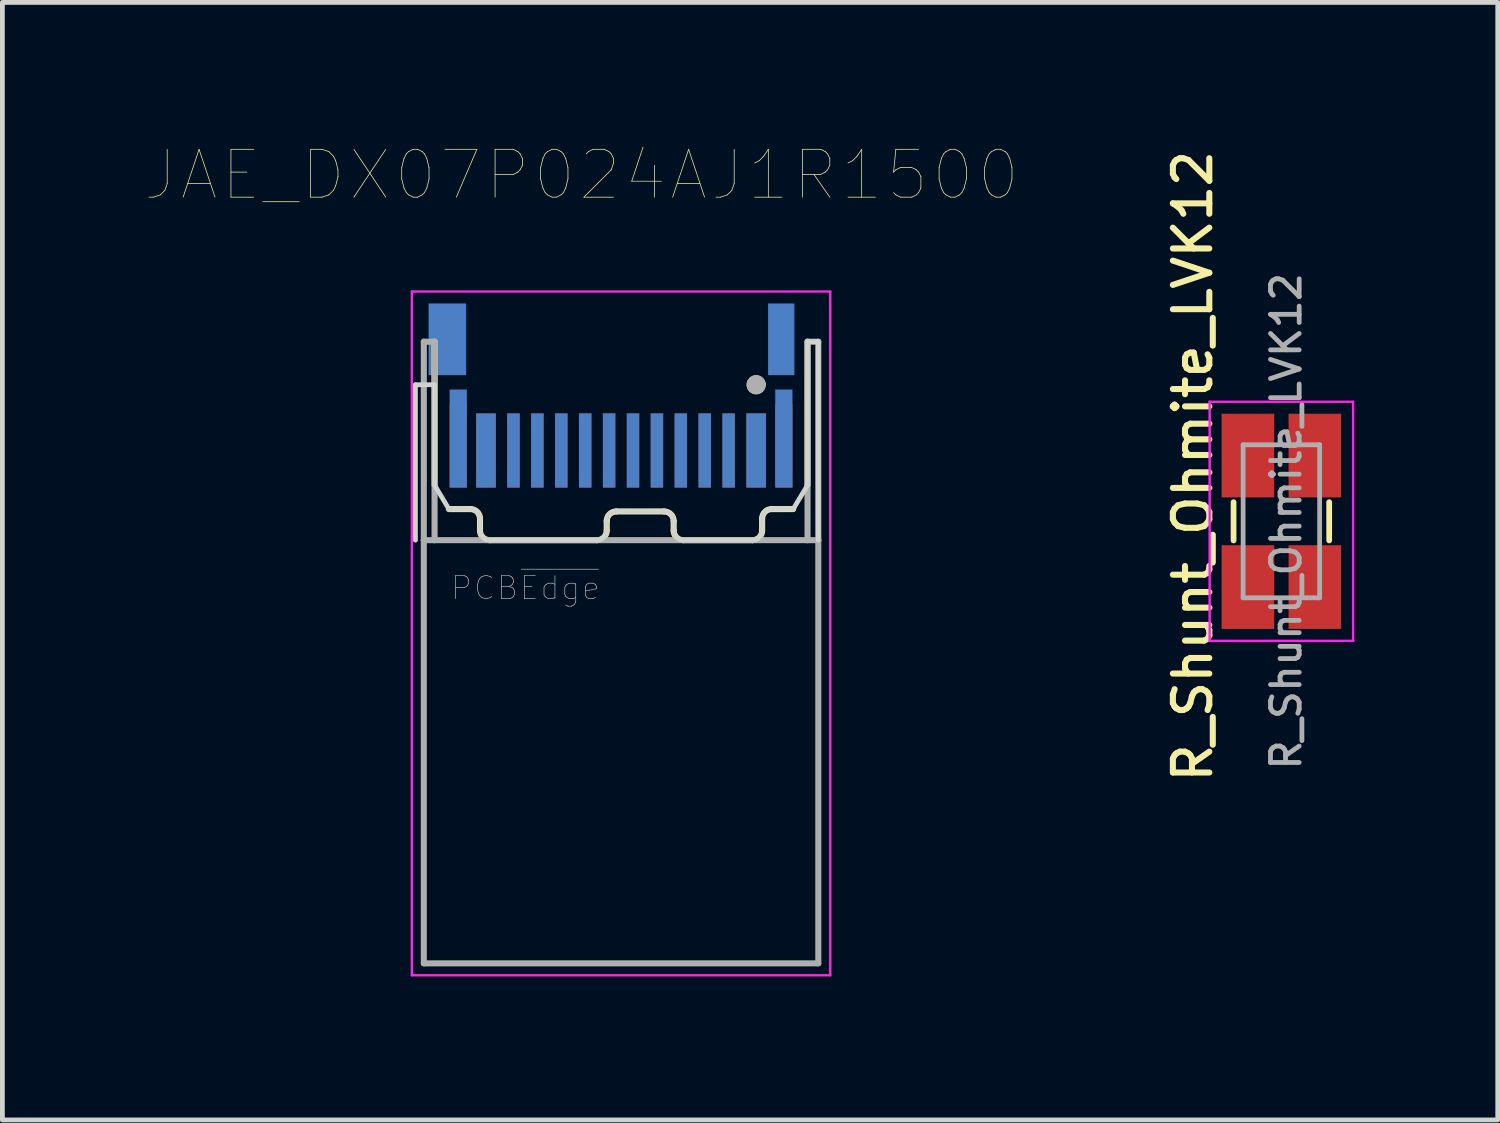
<source format=kicad_pcb>
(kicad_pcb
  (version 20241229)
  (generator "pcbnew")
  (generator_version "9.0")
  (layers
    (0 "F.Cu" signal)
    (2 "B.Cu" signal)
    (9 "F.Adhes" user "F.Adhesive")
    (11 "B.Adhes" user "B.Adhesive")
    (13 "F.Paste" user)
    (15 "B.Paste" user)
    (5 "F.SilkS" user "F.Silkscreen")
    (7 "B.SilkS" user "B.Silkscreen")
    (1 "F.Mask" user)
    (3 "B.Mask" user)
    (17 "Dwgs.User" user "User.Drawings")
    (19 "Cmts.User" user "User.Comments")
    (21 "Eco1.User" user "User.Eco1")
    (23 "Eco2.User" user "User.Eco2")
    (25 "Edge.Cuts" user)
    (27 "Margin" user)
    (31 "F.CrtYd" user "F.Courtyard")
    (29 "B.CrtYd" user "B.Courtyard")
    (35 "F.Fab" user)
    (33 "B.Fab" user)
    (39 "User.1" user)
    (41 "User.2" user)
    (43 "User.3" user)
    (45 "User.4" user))
  (footprint "R_Shunt_Ohmite_LVK12"
    (layer "F.Cu")
    (at 23.747 7.852)
    (property "Reference" "R_Shunt_Ohmite_LVK12" (at -1.853 -1.152 90) (layer "F.SilkS") (effects (font (size 0.762 0.762) (thickness 0.127))))
    (attr smd)
    (fp_line (start -1 0.4) (end -1 -0.4) (stroke (width 0.12) (type solid)) (layer "F.SilkS"))
    (fp_line (start 1 -0.4) (end 1 0.4) (stroke (width 0.12) (type solid)) (layer "F.SilkS"))
    (fp_line (start -1.5 -2.5) (end 1.5 -2.5) (stroke (width 0.05) (type solid)) (layer "F.CrtYd"))
    (fp_line (start -1.5 2.5) (end -1.5 -2.5) (stroke (width 0.05) (type solid)) (layer "F.CrtYd"))
    (fp_line (start 1.5 -2.5) (end 1.5 2.5) (stroke (width 0.05) (type solid)) (layer "F.CrtYd"))
    (fp_line (start 1.5 2.5) (end -1.5 2.5) (stroke (width 0.05) (type solid)) (layer "F.CrtYd"))
    (fp_line (start -0.8 -1.6) (end -0.8 1.6) (stroke (width 0.1) (type solid)) (layer "F.Fab"))
    (fp_line (start -0.8 1.6) (end 0.8 1.6) (stroke (width 0.1) (type solid)) (layer "F.Fab"))
    (fp_line (start 0.8 -1.6) (end -0.8 -1.6) (stroke (width 0.1) (type solid)) (layer "F.Fab"))
    (fp_line (start 0.8 1.6) (end 0.8 -1.6) (stroke (width 0.1) (type solid)) (layer "F.Fab"))
    (fp_text user "${REFERENCE}" (at 0.1 0 270) (layer "F.Fab") (effects (font (size 0.6 0.6) (thickness 0.1))))
    (pad "1" smd rect (at 0.7 -1.375) (size 1.1 1.75) (layers "F.Cu" "F.Mask" "F.Paste"))
    (pad "2" smd rect (at -0.7 -1.375) (size 1.1 1.75) (layers "F.Cu" "F.Mask" "F.Paste"))
    (pad "3" smd rect (at -0.7 1.375) (size 1.1 1.75) (layers "F.Cu" "F.Mask" "F.Paste"))
    (pad "4" smd rect (at 0.7 1.375) (size 1.1 1.75) (layers "F.Cu" "F.Mask" "F.Paste")))
  (footprint "JAE_DX07P024AJ1R1500"
    (layer "F.Cu")
    (at 9.938 8.246)
    (property "Reference" "JAE_DX07P024AJ1R1500" (at -0.825 -7.635 0) (layer "F.SilkS") (effects (font (size 1 1) (thickness 0.015))))
    (attr through_hole)
    (fp_line (start -3.9 -1.15) (end -3.9 -4.15) (stroke (width 0.127) (type solid)) (layer "F.SilkS"))
    (fp_line (start -3.6 -0.65) (end -3.15 -0.65) (stroke (width 0.127) (type solid)) (layer "F.SilkS"))
    (fp_line (start -2.95 -0.45) (end -2.95 -0.2) (stroke (width 0.127) (type solid)) (layer "F.SilkS"))
    (fp_line (start -2.75 0) (end -0.5 0) (stroke (width 0.127) (type solid)) (layer "F.SilkS"))
    (fp_line (start -0.3 -0.2) (end -0.3 -0.4) (stroke (width 0.127) (type solid)) (layer "F.SilkS"))
    (fp_line (start -0.1 -0.6) (end 0.9 -0.6) (stroke (width 0.127) (type solid)) (layer "F.SilkS"))
    (fp_line (start 1.1 -0.4) (end 1.1 -0.2) (stroke (width 0.127) (type solid)) (layer "F.SilkS"))
    (fp_line (start 1.3 0) (end 2.75 0) (stroke (width 0.127) (type solid)) (layer "F.SilkS"))
    (fp_line (start 2.95 -0.2) (end 2.95 -0.45) (stroke (width 0.127) (type solid)) (layer "F.SilkS"))
    (fp_line (start 3.15 -0.65) (end 3.6 -0.65) (stroke (width 0.127) (type solid)) (layer "F.SilkS"))
    (fp_line (start 3.9 -1.15) (end 3.9 -4.15) (stroke (width 0.127) (type solid)) (layer "F.SilkS"))
    (fp_arc (start -3.15 -0.65) (mid -3.008579 -0.591421) (end -2.95 -0.45) (stroke (width 0.127) (type solid)) (layer "F.SilkS"))
    (fp_arc (start -2.75 0) (mid -2.891421 -0.058579) (end -2.95 -0.2) (stroke (width 0.127) (type solid)) (layer "F.SilkS"))
    (fp_arc (start -0.3 -0.4) (mid -0.241421 -0.541421) (end -0.1 -0.6) (stroke (width 0.127) (type solid)) (layer "F.SilkS"))
    (fp_arc (start -0.3 -0.2) (mid -0.358579 -0.058579) (end -0.5 0) (stroke (width 0.127) (type solid)) (layer "F.SilkS"))
    (fp_arc (start 0.9 -0.6) (mid 1.041421 -0.541421) (end 1.1 -0.4) (stroke (width 0.127) (type solid)) (layer "F.SilkS"))
    (fp_arc (start 1.3 0) (mid 1.158579 -0.058579) (end 1.1 -0.2) (stroke (width 0.127) (type solid)) (layer "F.SilkS"))
    (fp_arc (start 2.95 -0.45) (mid 3.008579 -0.591421) (end 3.15 -0.65) (stroke (width 0.127) (type solid)) (layer "F.SilkS"))
    (fp_arc (start 2.95 -0.2) (mid 2.891421 -0.058579) (end 2.75 0) (stroke (width 0.127) (type solid)) (layer "F.SilkS"))
    (fp_circle (center 2.825 -3.25) (end 2.925 -3.25) (stroke (width 0.2) (type solid)) (fill no) (layer "F.SilkS"))
    (fp_line (start -4.3 -3.25) (end -4.3 0) (stroke (width 0.1) (type solid)) (layer "Edge.Cuts"))
    (fp_line (start -3.9 -3.25) (end -4.3 -3.25) (stroke (width 0.1) (type solid)) (layer "Edge.Cuts"))
    (fp_line (start -3.9 -1.15) (end -3.9 -3.25) (stroke (width 0.1) (type solid)) (layer "Edge.Cuts"))
    (fp_line (start -3.6 -0.65) (end -3.9 -1.15) (stroke (width 0.1) (type solid)) (layer "Edge.Cuts"))
    (fp_line (start -3.15 -0.65) (end -3.6 -0.65) (stroke (width 0.1) (type solid)) (layer "Edge.Cuts"))
    (fp_line (start -2.95 -0.2) (end -2.95 -0.45) (stroke (width 0.1) (type solid)) (layer "Edge.Cuts"))
    (fp_line (start -0.5 0) (end -2.75 0) (stroke (width 0.1) (type solid)) (layer "Edge.Cuts"))
    (fp_line (start -0.3 -0.4) (end -0.3 -0.2) (stroke (width 0.1) (type solid)) (layer "Edge.Cuts"))
    (fp_line (start 0.9 -0.6) (end -0.1 -0.6) (stroke (width 0.1) (type solid)) (layer "Edge.Cuts"))
    (fp_line (start 1.1 -0.2) (end 1.1 -0.4) (stroke (width 0.1) (type solid)) (layer "Edge.Cuts"))
    (fp_line (start 2.75 0) (end 1.3 0) (stroke (width 0.1) (type solid)) (layer "Edge.Cuts"))
    (fp_line (start 2.95 -0.45) (end 2.95 -0.2) (stroke (width 0.1) (type solid)) (layer "Edge.Cuts"))
    (fp_line (start 3.6 -0.65) (end 3.15 -0.65) (stroke (width 0.1) (type solid)) (layer "Edge.Cuts"))
    (fp_line (start 3.6 -0.65) (end 3.9 -1.15) (stroke (width 0.1) (type solid)) (layer "Edge.Cuts"))
    (fp_line (start 3.9 -4.15) (end 4.125 -4.15) (stroke (width 0.1) (type solid)) (layer "Edge.Cuts"))
    (fp_line (start 3.9 -1.15) (end 3.9 -4.15) (stroke (width 0.1) (type solid)) (layer "Edge.Cuts"))
    (fp_line (start 4.125 -4.15) (end 4.125 0) (stroke (width 0.1) (type solid)) (layer "Edge.Cuts"))
    (fp_arc (start -3.15 -0.65) (mid -3.008579 -0.591421) (end -2.95 -0.45) (stroke (width 0.1) (type solid)) (layer "Edge.Cuts"))
    (fp_arc (start -2.75 0) (mid -2.891421 -0.058579) (end -2.95 -0.2) (stroke (width 0.1) (type solid)) (layer "Edge.Cuts"))
    (fp_arc (start -0.3 -0.4) (mid -0.241421 -0.541421) (end -0.1 -0.6) (stroke (width 0.1) (type solid)) (layer "Edge.Cuts"))
    (fp_arc (start -0.3 -0.2) (mid -0.358579 -0.058579) (end -0.5 0) (stroke (width 0.1) (type solid)) (layer "Edge.Cuts"))
    (fp_arc (start 0.9 -0.6) (mid 1.041421 -0.541421) (end 1.1 -0.4) (stroke (width 0.1) (type solid)) (layer "Edge.Cuts"))
    (fp_arc (start 1.3 0) (mid 1.158579 -0.058579) (end 1.1 -0.2) (stroke (width 0.1) (type solid)) (layer "Edge.Cuts"))
    (fp_arc (start 2.95 -0.45) (mid 3.008579 -0.591421) (end 3.15 -0.65) (stroke (width 0.1) (type solid)) (layer "Edge.Cuts"))
    (fp_arc (start 2.95 -0.2) (mid 2.891421 -0.058579) (end 2.75 0) (stroke (width 0.1) (type solid)) (layer "Edge.Cuts"))
    (fp_line (start -4.375 -5.2) (end 4.375 -5.2) (stroke (width 0.05) (type solid)) (layer "F.CrtYd"))
    (fp_line (start -4.375 9.1) (end -4.375 -5.2) (stroke (width 0.05) (type solid)) (layer "F.CrtYd"))
    (fp_line (start 4.375 -5.2) (end 4.375 9.1) (stroke (width 0.05) (type solid)) (layer "F.CrtYd"))
    (fp_line (start 4.375 9.1) (end -4.375 9.1) (stroke (width 0.05) (type solid)) (layer "F.CrtYd"))
    (fp_line (start -4.125 -4.15) (end -3.9 -4.15) (stroke (width 0.127) (type solid)) (layer "F.Fab"))
    (fp_line (start -4.125 0) (end -4.125 -4.15) (stroke (width 0.127) (type solid)) (layer "F.Fab"))
    (fp_line (start -4.125 8.85) (end -4.125 0) (stroke (width 0.127) (type solid)) (layer "F.Fab"))
    (fp_line (start -3.9 0) (end -4.125 0) (stroke (width 0.127) (type solid)) (layer "F.Fab"))
    (fp_line (start -3.9 0) (end -3.9 -4.15) (stroke (width 0.127) (type solid)) (layer "F.Fab"))
    (fp_line (start 3.9 -4.15) (end 3.9 0) (stroke (width 0.127) (type solid)) (layer "F.Fab"))
    (fp_line (start 3.9 0) (end -3.9 0) (stroke (width 0.127) (type solid)) (layer "F.Fab"))
    (fp_line (start 3.9 0) (end 4.125 0) (stroke (width 0.127) (type solid)) (layer "F.Fab"))
    (fp_line (start 4.125 -4.15) (end 3.9 -4.15) (stroke (width 0.127) (type solid)) (layer "F.Fab"))
    (fp_line (start 4.125 -4.15) (end 4.125 0) (stroke (width 0.127) (type solid)) (layer "F.Fab"))
    (fp_line (start 4.125 0) (end 4.125 8.85) (stroke (width 0.127) (type solid)) (layer "F.Fab"))
    (fp_line (start 4.125 8.85) (end -4.125 8.85) (stroke (width 0.127) (type solid)) (layer "F.Fab"))
    (fp_circle (center 2.825 -3.25) (end 2.925 -3.25) (stroke (width 0.2) (type solid)) (fill no) (layer "F.Fab"))
    (fp_text user "PCB~{Edge}" (at -2 1 0) (layer "F.Fab") (effects (font (size 0.48 0.48) (thickness 0.015))))
    (pad "A1" smd rect (at 2.825 -1.875) (size 0.41 1.55) (layers "F.Cu" "F.Mask" "F.Paste"))
    (pad "A2" smd rect (at 2.25 -1.875) (size 0.26 1.55) (layers "F.Cu" "F.Mask" "F.Paste"))
    (pad "A3" smd rect (at 1.75 -1.875) (size 0.26 1.55) (layers "F.Cu" "F.Mask" "F.Paste"))
    (pad "A4" smd rect (at 1.25 -1.875) (size 0.26 1.55) (layers "F.Cu" "F.Mask" "F.Paste"))
    (pad "A5" smd rect (at 0.75 -1.875) (size 0.26 1.55) (layers "F.Cu" "F.Mask" "F.Paste"))
    (pad "A6" smd rect (at 0.25 -1.875) (size 0.26 1.55) (layers "F.Cu" "F.Mask" "F.Paste"))
    (pad "A7" smd rect (at -0.25 -1.875) (size 0.26 1.55) (layers "F.Cu" "F.Mask" "F.Paste"))
    (pad "A8" smd rect (at -0.75 -1.875) (size 0.26 1.55) (layers "F.Cu" "F.Mask" "F.Paste"))
    (pad "A9" smd rect (at -1.25 -1.875) (size 0.26 1.55) (layers "F.Cu" "F.Mask" "F.Paste"))
    (pad "A10" smd rect (at -1.75 -1.875) (size 0.26 1.55) (layers "F.Cu" "F.Mask" "F.Paste"))
    (pad "A11" smd rect (at -2.25 -1.875) (size 0.26 1.55) (layers "F.Cu" "F.Mask" "F.Paste"))
    (pad "A12" smd rect (at -2.825 -1.875) (size 0.41 1.55) (layers "F.Cu" "F.Mask" "F.Paste"))
    (pad "B1" smd rect (at -2.825 -1.875) (size 0.41 1.55) (layers "B.Cu" "B.Mask" "B.Paste"))
    (pad "B2" smd rect (at -2.25 -1.875) (size 0.26 1.55) (layers "B.Cu" "B.Mask" "B.Paste"))
    (pad "B3" smd rect (at -1.75 -1.875) (size 0.26 1.55) (layers "B.Cu" "B.Mask" "B.Paste"))
    (pad "B4" smd rect (at -1.25 -1.875) (size 0.26 1.55) (layers "B.Cu" "B.Mask" "B.Paste"))
    (pad "B5" smd rect (at -0.75 -1.875) (size 0.26 1.55) (layers "B.Cu" "B.Mask" "B.Paste"))
    (pad "B6" smd rect (at -0.25 -1.875) (size 0.26 1.55) (layers "B.Cu" "B.Mask" "B.Paste"))
    (pad "B7" smd rect (at 0.25 -1.875) (size 0.26 1.55) (layers "B.Cu" "B.Mask" "B.Paste"))
    (pad "B8" smd rect (at 0.75 -1.875) (size 0.26 1.55) (layers "B.Cu" "B.Mask" "B.Paste"))
    (pad "B9" smd rect (at 1.25 -1.875) (size 0.26 1.55) (layers "B.Cu" "B.Mask" "B.Paste"))
    (pad "B10" smd rect (at 1.75 -1.875) (size 0.26 1.55) (layers "B.Cu" "B.Mask" "B.Paste"))
    (pad "B11" smd rect (at 2.25 -1.875) (size 0.26 1.55) (layers "B.Cu" "B.Mask" "B.Paste"))
    (pad "B12" smd rect (at 2.825 -1.875) (size 0.41 1.55) (layers "B.Cu" "B.Mask" "B.Paste"))
    (pad "S1" smd rect (at -3.405 -1.975) (size 0.36 1.75) (layers "F.Cu" "F.Mask" "F.Paste"))
    (pad "S2" smd rect (at 3.405 -1.975) (size 0.36 1.75) (layers "F.Cu" "F.Mask" "F.Paste"))
    (pad "S3" smd rect (at -3.405 -2.125) (size 0.36 2.05) (layers "B.Cu" "B.Mask" "B.Paste"))
    (pad "S4" smd rect (at 3.405 -2.125) (size 0.36 2.05) (layers "B.Cu" "B.Mask" "B.Paste"))
    (pad "S5" smd rect (at -3.632 -4.2) (size 0.785 1.5) (layers "B.Cu" "B.Mask" "B.Paste"))
    (pad "S6" smd rect (at 3.35 -4.2) (size 0.55 1.5) (layers "B.Cu" "B.Mask" "B.Paste")))
  (gr_rect
    (start -3 -3)
    (end 28.272 20.371)
    (stroke (width 0.1) (type default))
    (fill no)
    (layer "Edge.Cuts")))
</source>
